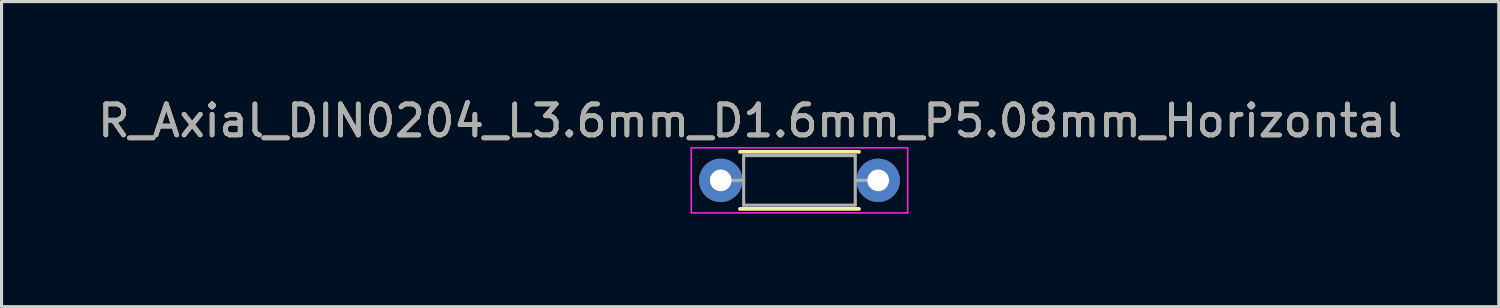
<source format=kicad_pcb>
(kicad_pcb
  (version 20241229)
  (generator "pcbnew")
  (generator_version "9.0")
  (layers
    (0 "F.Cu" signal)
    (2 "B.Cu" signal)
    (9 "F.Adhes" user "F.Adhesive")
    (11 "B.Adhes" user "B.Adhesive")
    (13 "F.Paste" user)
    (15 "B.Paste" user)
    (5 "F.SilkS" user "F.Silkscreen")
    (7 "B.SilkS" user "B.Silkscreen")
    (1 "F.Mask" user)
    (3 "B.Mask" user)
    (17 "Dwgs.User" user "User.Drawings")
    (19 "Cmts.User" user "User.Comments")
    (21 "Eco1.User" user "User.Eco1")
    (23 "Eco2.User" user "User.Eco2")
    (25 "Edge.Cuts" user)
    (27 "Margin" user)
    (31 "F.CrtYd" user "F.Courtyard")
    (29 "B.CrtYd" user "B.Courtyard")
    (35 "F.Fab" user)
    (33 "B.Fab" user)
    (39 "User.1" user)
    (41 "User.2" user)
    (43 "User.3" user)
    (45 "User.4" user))
  (footprint "R_Axial_DIN0204_L3.6mm_D1.6mm_P5.08mm_Horizontal"
    (layer "F.Cu")
    (at 20.199 2.768)
    (property "Reference" "R_Axial_DIN0204_L3.6mm_D1.6mm_P5.08mm_Horizontal" (at 0.95 -1.92 0) (layer "F.SilkS") (effects (font (size 1 1) (thickness 0.15))))
    (attr through_hole)
    (fp_line (start 0.62 -0.92) (end 4.46 -0.92) (stroke (width 0.12) (type solid)) (layer "F.SilkS"))
    (fp_line (start 0.62 0.92) (end 4.46 0.92) (stroke (width 0.12) (type solid)) (layer "F.SilkS"))
    (fp_line (start -0.95 -1.05) (end -0.95 1.05) (stroke (width 0.05) (type solid)) (layer "F.CrtYd"))
    (fp_line (start -0.95 1.05) (end 6.03 1.05) (stroke (width 0.05) (type solid)) (layer "F.CrtYd"))
    (fp_line (start 6.03 -1.05) (end -0.95 -1.05) (stroke (width 0.05) (type solid)) (layer "F.CrtYd"))
    (fp_line (start 6.03 1.05) (end 6.03 -1.05) (stroke (width 0.05) (type solid)) (layer "F.CrtYd"))
    (fp_line (start 0 0) (end 0.74 0) (stroke (width 0.1) (type solid)) (layer "F.Fab"))
    (fp_line (start 0.74 -0.8) (end 0.74 0.8) (stroke (width 0.1) (type solid)) (layer "F.Fab"))
    (fp_line (start 0.74 0.8) (end 4.34 0.8) (stroke (width 0.1) (type solid)) (layer "F.Fab"))
    (fp_line (start 4.34 -0.8) (end 0.74 -0.8) (stroke (width 0.1) (type solid)) (layer "F.Fab"))
    (fp_line (start 4.34 0.8) (end 4.34 -0.8) (stroke (width 0.1) (type solid)) (layer "F.Fab"))
    (fp_line (start 5.08 0) (end 4.34 0) (stroke (width 0.1) (type solid)) (layer "F.Fab"))
    (fp_text user "${REFERENCE}" (at 0.95 -1.92 0) (layer "F.Fab") (effects (font (size 1 1) (thickness 0.15))))
    (pad "1" thru_hole circle (at 0 0) (size 1.4 1.4) (drill 0.7) (layers "*.Cu" "*.Mask"))
    (pad "2" thru_hole oval (at 5.08 0) (size 1.4 1.4) (drill 0.7) (layers "*.Cu" "*.Mask")))
  (gr_rect
    (start -3 -3)
    (end 45.298 6.843)
    (stroke (width 0.1) (type default))
    (fill no)
    (layer "Edge.Cuts")))
</source>
